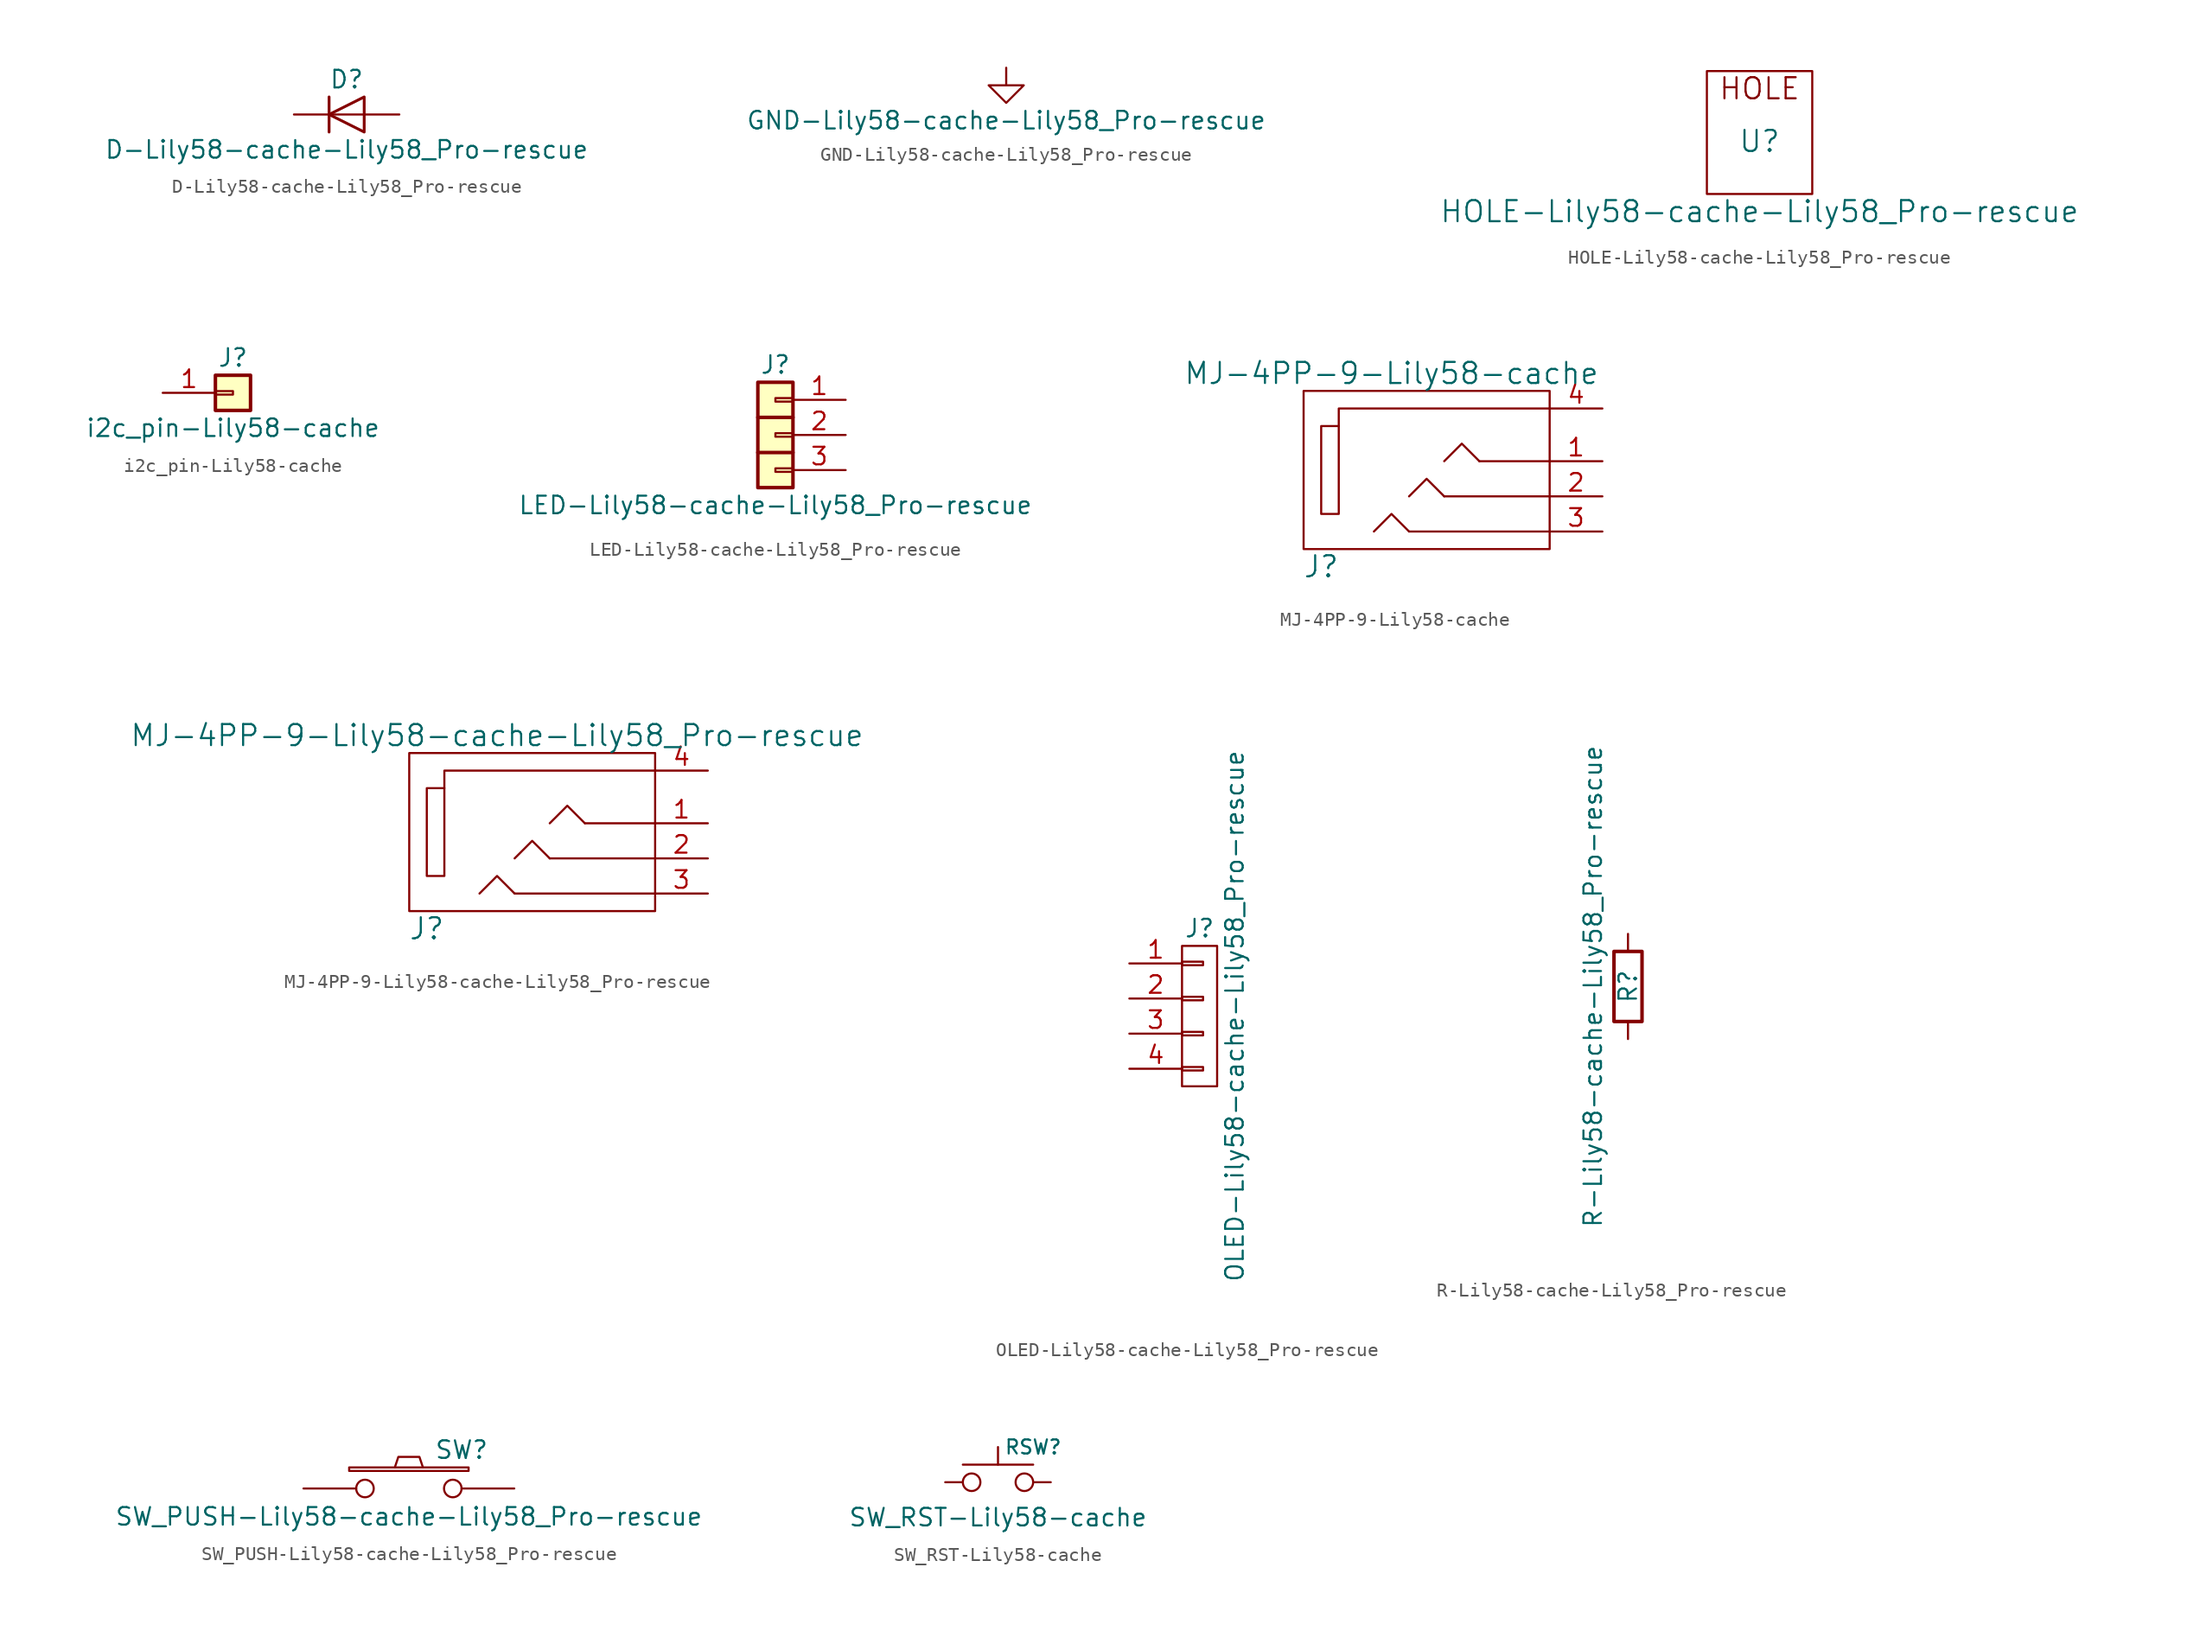
<source format=kicad_sym>
(kicad_symbol_lib
  (version 20220914)
  (generator kicad_symbol_editor)
  (symbol "D-Lily58-cache-Lily58_Pro-rescue"
    (pin_numbers hide)
    (pin_names
      (offset 1.016) hide)
    (property "Reference" "D"
      (at 0 2.54 0)
      (effects (font (size 1.27 1.27))))
    (property "Value" "D-Lily58-cache-Lily58_Pro-rescue"
      (at 0 -2.54 0)
      (effects (font (size 1.27 1.27))))
    (symbol "D-Lily58-cache-Lily58_Pro-rescue_0_1"
      (polyline (pts (xy -1.27 1.27) (xy -1.27 -1.27)) (stroke (width 0.203) (type solid)) (fill (type none)))
      (polyline (pts (xy 1.27 0) (xy -1.27 0)) (stroke (width 0) (type solid)) (fill (type none)))
      (polyline (pts (xy 1.27 1.27) (xy 1.27 -1.27) (xy -1.27 0) (xy 1.27 1.27)) (stroke (width 0.203) (type solid)) (fill (type none))))
    (symbol "D-Lily58-cache-Lily58_Pro-rescue_1_1"
      (pin passive line (at -3.81 0 0) (length 2.54) (name "K" (effects (font (size 1.27 1.27)))) (number "1" (effects (font (size 1.27 1.27)))))
      (pin passive line (at 3.81 0 180) (length 2.54) (name "A" (effects (font (size 1.27 1.27)))) (number "2" (effects (font (size 1.27 1.27)))))))
  (symbol "GND-Lily58-cache-Lily58_Pro-rescue"
    (power)
    (pin_names
      (offset 0))
    (property "Reference" "#PWR"
      (at 0 -6.35 0)
      (effects (font (size 1.27 1.27)) hide))
    (property "Value" "GND-Lily58-cache-Lily58_Pro-rescue"
      (at 0 -3.81 0)
      (effects (font (size 1.27 1.27))))
    (symbol "GND-Lily58-cache-Lily58_Pro-rescue_1_1"
      (polyline (pts (xy 0 0) (xy 0 -1.27) (xy 1.27 -1.27) (xy 0 -2.54) (xy -1.27 -1.27) (xy 0 -1.27)) (stroke (width 0) (type solid)) (fill (type none)))
      (pin power_in line (at 0 0 0) (length 0) hide (name "GND" (effects (font (size 1.27 1.27)))) (number "1" (effects (font (size 1.27 1.27)))))))
  (symbol "HOLE-Lily58-cache-Lily58_Pro-rescue"
    (pin_names
      (offset 1.016))
    (property "Reference" "U"
      (at 0 0 0)
      (effects (font (size 1.524 1.524))))
    (property "Value" "HOLE-Lily58-cache-Lily58_Pro-rescue"
      (at 0 -5.08 0)
      (effects (font (size 1.524 1.524))))
    (property "Footprint" ""
      (at 0 0 0)
      (effects (font (size 1.524 1.524))))
    (property "Datasheet" ""
      (at 0 0 0)
      (effects (font (size 1.524 1.524))))
    (symbol "HOLE-Lily58-cache-Lily58_Pro-rescue_0_0"
      (text "HOLE" (at 0 3.81 0) (effects (font (size 1.524 1.524)))))
    (symbol "HOLE-Lily58-cache-Lily58_Pro-rescue_0_1"
      (rectangle (start 3.81 5.08) (end -3.81 -3.81) (stroke (width 0) (type solid)) (fill (type none)))))
  (symbol "i2c_pin-Lily58-cache"
    (pin_names
      (offset 1.016) hide)
    (property "Reference" "J"
      (at 0 2.54 0)
      (effects (font (size 1.27 1.27))))
    (property "Value" "i2c_pin-Lily58-cache"
      (at 0 -2.54 0)
      (effects (font (size 1.27 1.27))))
    (symbol "i2c_pin-Lily58-cache_1_1"
      (rectangle (start -1.27 0.127) (end 0 -0.127) (stroke (width 0.152) (type solid)) (fill (type none)))
      (rectangle (start -1.27 1.27) (end 1.27 -1.27) (stroke (width 0.254) (type solid)) (fill (type background)))
      (pin passive line (at -5.08 0 0) (length 3.81) (name "Pin_1" (effects (font (size 1.27 1.27)))) (number "1" (effects (font (size 1.27 1.27)))))))
  (symbol "LED-Lily58-cache-Lily58_Pro-rescue"
    (pin_names
      (offset 1.016) hide)
    (property "Reference" "J"
      (at 0 5.08 0)
      (effects (font (size 1.27 1.27))))
    (property "Value" "LED-Lily58-cache-Lily58_Pro-rescue"
      (at 0 -5.08 0)
      (effects (font (size 1.27 1.27))))
    (symbol "LED-Lily58-cache-Lily58_Pro-rescue_1_1"
      (rectangle (start -1.27 3.81) (end 1.27 -3.81) (stroke (width 0.254) (type solid)) (fill (type background)))
      (rectangle (start 0 -2.413) (end 1.27 -2.667) (stroke (width 0.152) (type solid)) (fill (type none)))
      (polyline (pts (xy -1.27 -1.27) (xy 1.27 -1.27)) (stroke (width 0.254) (type solid)) (fill (type none)))
      (polyline (pts (xy -1.27 1.27) (xy 1.27 1.27)) (stroke (width 0.254) (type solid)) (fill (type none)))
      (rectangle (start 0 0.127) (end 1.27 -0.127) (stroke (width 0.152) (type solid)) (fill (type none)))
      (rectangle (start 0 2.667) (end 1.27 2.413) (stroke (width 0.152) (type solid)) (fill (type none)))
      (pin passive line (at 5.08 2.54 180) (length 3.81) (name "Pin_1" (effects (font (size 1.27 1.27)))) (number "1" (effects (font (size 1.27 1.27)))))
      (pin passive line (at 5.08 0 180) (length 3.81) (name "Pin_2" (effects (font (size 1.27 1.27)))) (number "2" (effects (font (size 1.27 1.27)))))
      (pin passive line (at 5.08 -2.54 180) (length 3.81) (name "Pin_3" (effects (font (size 1.27 1.27)))) (number "3" (effects (font (size 1.27 1.27)))))))
  (symbol "MJ-4PP-9-Lily58-cache"
    (pin_names
      (offset 1.016))
    (property "Reference" "J"
      (at -8.89 -7.62 0)
      (effects (font (size 1.524 1.524))))
    (property "Value" "MJ-4PP-9-Lily58-cache"
      (at -3.81 6.35 0)
      (effects (font (size 1.524 1.524))))
    (property "Footprint" ""
      (at 0 0 0)
      (effects (font (size 1.524 1.524))))
    (property "Datasheet" ""
      (at 0 0 0)
      (effects (font (size 1.524 1.524))))
    (symbol "MJ-4PP-9-Lily58-cache_0_1"
      (rectangle (start -7.62 2.54) (end -8.89 -3.81) (stroke (width 0) (type solid)) (fill (type none)))
      (polyline (pts (xy 2.54 0) (xy 7.62 0)) (stroke (width 0) (type solid)) (fill (type none)))
      (polyline (pts (xy -2.54 -5.08) (xy 7.62 -5.08) (xy 7.62 -5.08)) (stroke (width 0) (type solid)) (fill (type none)))
      (polyline (pts (xy 0 -2.54) (xy -1.27 -1.27) (xy -2.54 -2.54)) (stroke (width 0) (type solid)) (fill (type none)))
      (polyline (pts (xy 0 0) (xy 1.27 1.27) (xy 2.54 0)) (stroke (width 0) (type solid)) (fill (type none)))
      (polyline (pts (xy 7.62 3.81) (xy -7.62 3.81) (xy -7.62 2.54)) (stroke (width 0) (type solid)) (fill (type none)))
      (polyline (pts (xy -2.54 -5.08) (xy -3.81 -3.81) (xy -5.08 -5.08) (xy -5.08 -5.08)) (stroke (width 0) (type solid)) (fill (type none)))
      (polyline (pts (xy 0 -2.54) (xy 7.62 -2.54) (xy 7.62 -2.54) (xy 7.62 -2.54)) (stroke (width 0) (type solid)) (fill (type none)))
      (rectangle (start 7.62 -6.35) (end -10.16 5.08) (stroke (width 0) (type solid)) (fill (type none))))
    (symbol "MJ-4PP-9-Lily58-cache_1_1"
      (pin passive line (at 11.43 0 180) (length 3.81) (name "~" (effects (font (size 1.27 1.27)))) (number "1" (effects (font (size 1.27 1.27)))))
      (pin passive line (at 11.43 -2.54 180) (length 3.81) (name "~" (effects (font (size 1.27 1.27)))) (number "2" (effects (font (size 1.27 1.27)))))
      (pin passive line (at 11.43 -5.08 180) (length 3.81) (name "~" (effects (font (size 1.27 1.27)))) (number "3" (effects (font (size 1.27 1.27)))))
      (pin passive line (at 11.43 3.81 180) (length 3.81) (name "~" (effects (font (size 1.27 1.27)))) (number "4" (effects (font (size 1.27 1.27)))))))
  (symbol "MJ-4PP-9-Lily58-cache-Lily58_Pro-rescue"
    (pin_names
      (offset 1.016))
    (property "Reference" "J"
      (at -8.89 -7.62 0)
      (effects (font (size 1.524 1.524))))
    (property "Value" "MJ-4PP-9-Lily58-cache-Lily58_Pro-rescue"
      (at -3.81 6.35 0)
      (effects (font (size 1.524 1.524))))
    (property "Footprint" ""
      (at 0 0 0)
      (effects (font (size 1.524 1.524))))
    (property "Datasheet" ""
      (at 0 0 0)
      (effects (font (size 1.524 1.524))))
    (symbol "MJ-4PP-9-Lily58-cache-Lily58_Pro-rescue_0_1"
      (rectangle (start -7.62 2.54) (end -8.89 -3.81) (stroke (width 0) (type solid)) (fill (type none)))
      (polyline (pts (xy 2.54 0) (xy 7.62 0)) (stroke (width 0) (type solid)) (fill (type none)))
      (polyline (pts (xy -2.54 -5.08) (xy 7.62 -5.08) (xy 7.62 -5.08)) (stroke (width 0) (type solid)) (fill (type none)))
      (polyline (pts (xy 0 -2.54) (xy -1.27 -1.27) (xy -2.54 -2.54)) (stroke (width 0) (type solid)) (fill (type none)))
      (polyline (pts (xy 0 0) (xy 1.27 1.27) (xy 2.54 0)) (stroke (width 0) (type solid)) (fill (type none)))
      (polyline (pts (xy 7.62 3.81) (xy -7.62 3.81) (xy -7.62 2.54)) (stroke (width 0) (type solid)) (fill (type none)))
      (polyline (pts (xy -2.54 -5.08) (xy -3.81 -3.81) (xy -5.08 -5.08) (xy -5.08 -5.08)) (stroke (width 0) (type solid)) (fill (type none)))
      (polyline (pts (xy 0 -2.54) (xy 7.62 -2.54) (xy 7.62 -2.54) (xy 7.62 -2.54)) (stroke (width 0) (type solid)) (fill (type none)))
      (rectangle (start 7.62 -6.35) (end -10.16 5.08) (stroke (width 0) (type solid)) (fill (type none))))
    (symbol "MJ-4PP-9-Lily58-cache-Lily58_Pro-rescue_1_1"
      (pin passive line (at 11.43 0 180) (length 3.81) (name "~" (effects (font (size 1.27 1.27)))) (number "1" (effects (font (size 1.27 1.27)))))
      (pin passive line (at 11.43 -2.54 180) (length 3.81) (name "~" (effects (font (size 1.27 1.27)))) (number "2" (effects (font (size 1.27 1.27)))))
      (pin passive line (at 11.43 -5.08 180) (length 3.81) (name "~" (effects (font (size 1.27 1.27)))) (number "3" (effects (font (size 1.27 1.27)))))
      (pin passive line (at 11.43 3.81 180) (length 3.81) (name "~" (effects (font (size 1.27 1.27)))) (number "4" (effects (font (size 1.27 1.27)))))))
  (symbol "OLED-Lily58-cache-Lily58_Pro-rescue"
    (pin_names
      (offset 1.016) hide)
    (property "Reference" "J"
      (at 0 6.35 0)
      (effects (font (size 1.27 1.27))))
    (property "Value" "OLED-Lily58-cache-Lily58_Pro-rescue"
      (at 2.54 0 90)
      (effects (font (size 1.27 1.27))))
    (property "Footprint" ""
      (at 0 0 0)
      (effects (font (size 1.27 1.27))))
    (property "Datasheet" ""
      (at 0 0 0)
      (effects (font (size 1.27 1.27))))
    (symbol "OLED-Lily58-cache-Lily58_Pro-rescue_0_1"
      (rectangle (start -1.27 -3.683) (end 0.254 -3.937) (stroke (width 0) (type solid)) (fill (type none)))
      (rectangle (start -1.27 -1.143) (end 0.254 -1.397) (stroke (width 0) (type solid)) (fill (type none)))
      (rectangle (start -1.27 1.397) (end 0.254 1.143) (stroke (width 0) (type solid)) (fill (type none)))
      (rectangle (start -1.27 3.937) (end 0.254 3.683) (stroke (width 0) (type solid)) (fill (type none)))
      (rectangle (start -1.27 5.08) (end 1.27 -5.08) (stroke (width 0) (type solid)) (fill (type none))))
    (symbol "OLED-Lily58-cache-Lily58_Pro-rescue_1_1"
      (pin passive line (at -5.08 3.81 0) (length 3.81) (name "P1" (effects (font (size 1.27 1.27)))) (number "1" (effects (font (size 1.27 1.27)))))
      (pin passive line (at -5.08 1.27 0) (length 3.81) (name "P2" (effects (font (size 1.27 1.27)))) (number "2" (effects (font (size 1.27 1.27)))))
      (pin passive line (at -5.08 -1.27 0) (length 3.81) (name "P3" (effects (font (size 1.27 1.27)))) (number "3" (effects (font (size 1.27 1.27)))))
      (pin passive line (at -5.08 -3.81 0) (length 3.81) (name "P4" (effects (font (size 1.27 1.27)))) (number "4" (effects (font (size 1.27 1.27)))))))
  (symbol "R-Lily58-cache-Lily58_Pro-rescue"
    (pin_numbers hide)
    (pin_names
      (offset 0))
    (property "Reference" "R"
      (at 0 0 90)
      (effects (font (size 1.27 1.27))))
    (property "Value" "R-Lily58-cache-Lily58_Pro-rescue"
      (at -2.54 0 90)
      (effects (font (size 1.27 1.27))))
    (symbol "R-Lily58-cache-Lily58_Pro-rescue_0_1"
      (rectangle (start -1.016 -2.54) (end 1.016 2.54) (stroke (width 0.254) (type solid)) (fill (type none))))
    (symbol "R-Lily58-cache-Lily58_Pro-rescue_1_1"
      (pin passive line (at 0 3.81 270) (length 1.27) (name "~" (effects (font (size 1.27 1.27)))) (number "1" (effects (font (size 1.27 1.27)))))
      (pin passive line (at 0 -3.81 90) (length 1.27) (name "~" (effects (font (size 1.27 1.27)))) (number "2" (effects (font (size 1.27 1.27)))))))
  (symbol "SW_PUSH-Lily58-cache-Lily58_Pro-rescue"
    (pin_numbers hide)
    (pin_names
      (offset 1.016) hide)
    (property "Reference" "SW"
      (at 3.81 2.794 0)
      (effects (font (size 1.27 1.27))))
    (property "Value" "SW_PUSH-Lily58-cache-Lily58_Pro-rescue"
      (at 0 -2.032 0)
      (effects (font (size 1.27 1.27))))
    (property "Footprint" ""
      (at 0 0 0)
      (effects (font (size 1.27 1.27))))
    (property "Datasheet" ""
      (at 0 0 0)
      (effects (font (size 1.27 1.27))))
    (symbol "SW_PUSH-Lily58-cache-Lily58_Pro-rescue_0_1"
      (rectangle (start -4.318 1.27) (end 4.318 1.524) (stroke (width 0) (type solid)) (fill (type none)))
      (polyline (pts (xy -1.016 1.524) (xy -0.762 2.286) (xy 0.762 2.286) (xy 1.016 1.524)) (stroke (width 0) (type solid)) (fill (type none)))
      (pin passive inverted (at -7.62 0 0) (length 5.08) (name "1" (effects (font (size 1.27 1.27)))) (number "1" (effects (font (size 1.27 1.27)))))
      (pin passive inverted (at 7.62 0 180) (length 5.08) (name "2" (effects (font (size 1.27 1.27)))) (number "2" (effects (font (size 1.27 1.27)))))))
  (symbol "SW_RST-Lily58-cache"
    (pin_numbers hide)
    (pin_names
      (offset 1.016) hide)
    (property "Reference" "RSW"
      (at 2.54 2.54 0)
      (effects (font (size 1.016 1.016))))
    (property "Value" "SW_RST-Lily58-cache"
      (at 0 -2.54 0)
      (effects (font (size 1.27 1.27))))
    (symbol "SW_RST-Lily58-cache_0_1"
      (polyline (pts (xy -2.54 1.27) (xy 2.54 1.27)) (stroke (width 0) (type solid)) (fill (type none)))
      (polyline (pts (xy 0 2.54) (xy 0 1.27)) (stroke (width 0) (type solid)) (fill (type none)))
      (pin passive inverted (at -3.81 0 0) (length 2.54) (name "1" (effects (font (size 1.27 1.27)))) (number "1" (effects (font (size 1.27 1.27)))))
      (pin passive inverted (at 3.81 0 180) (length 2.54) (name "2" (effects (font (size 1.27 1.27)))) (number "2" (effects (font (size 1.27 1.27))))))))
</source>
